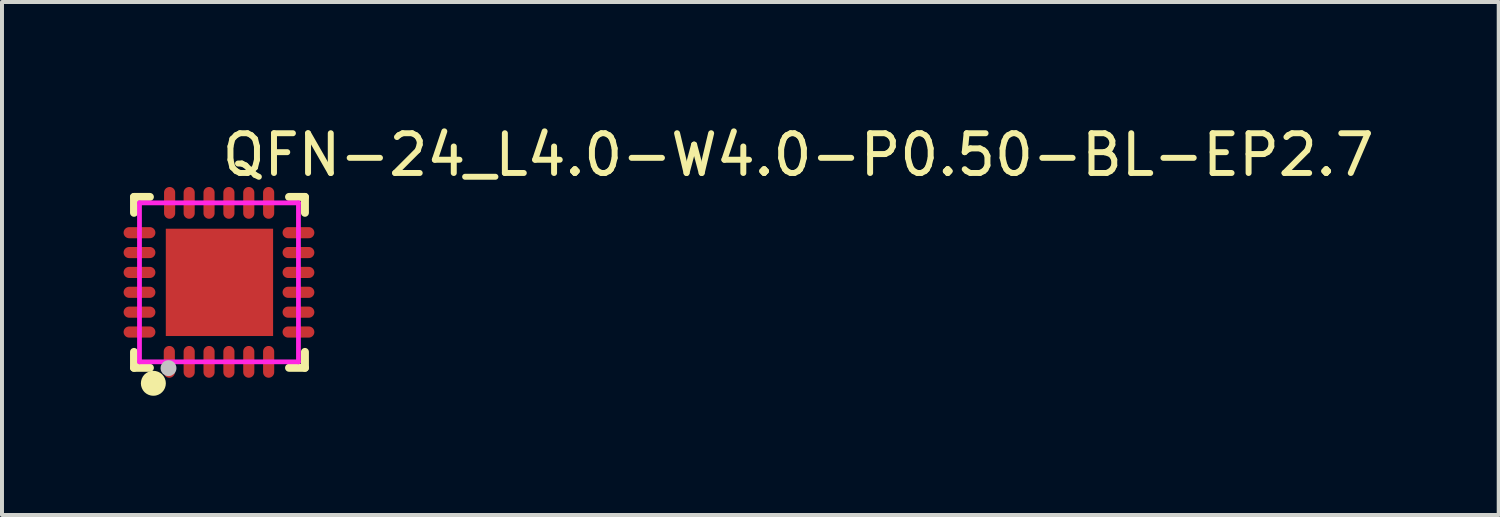
<source format=kicad_pcb>
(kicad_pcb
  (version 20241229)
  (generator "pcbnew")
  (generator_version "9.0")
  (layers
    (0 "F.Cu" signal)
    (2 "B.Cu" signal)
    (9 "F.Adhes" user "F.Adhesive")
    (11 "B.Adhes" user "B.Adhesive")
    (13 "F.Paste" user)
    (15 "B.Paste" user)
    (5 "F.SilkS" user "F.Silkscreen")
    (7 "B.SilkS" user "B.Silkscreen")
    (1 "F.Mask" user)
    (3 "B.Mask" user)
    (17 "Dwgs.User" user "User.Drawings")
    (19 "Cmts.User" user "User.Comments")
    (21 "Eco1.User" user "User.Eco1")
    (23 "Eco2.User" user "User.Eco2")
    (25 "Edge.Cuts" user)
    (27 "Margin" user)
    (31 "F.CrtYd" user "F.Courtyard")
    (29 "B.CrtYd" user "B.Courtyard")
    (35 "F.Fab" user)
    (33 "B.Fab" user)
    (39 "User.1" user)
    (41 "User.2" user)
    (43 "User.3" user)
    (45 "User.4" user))
  (footprint "QFN-24_L4.0-W4.0-P0.50-BL-EP2.7"
    (layer "F.Cu")
    (at 2.46 4.055)
    (property "Reference" "QFN-24_L4.0-W4.0-P0.50-BL-EP2.7" (at 0 -3.207 0) (layer "F.SilkS") (effects (font (size 1 1) (thickness 0.15)) (justify left)))
    (attr through_hole)
    (fp_line (start -2.138 -2.15) (end -1.738 -2.15) (stroke (width 0.2) (type solid)) (layer "F.SilkS"))
    (fp_line (start -2.138 -1.75) (end -2.138 -2.15) (stroke (width 0.2) (type solid)) (layer "F.SilkS"))
    (fp_line (start -2.138 2.15) (end -2.138 1.75) (stroke (width 0.2) (type solid)) (layer "F.SilkS"))
    (fp_line (start -1.738 2.15) (end -2.138 2.15) (stroke (width 0.2) (type solid)) (layer "F.SilkS"))
    (fp_line (start 2.163 -2.15) (end 1.763 -2.15) (stroke (width 0.2) (type solid)) (layer "F.SilkS"))
    (fp_line (start 2.163 -1.75) (end 2.163 -2.15) (stroke (width 0.2) (type solid)) (layer "F.SilkS"))
    (fp_line (start 2.163 1.75) (end 2.163 2.15) (stroke (width 0.2) (type solid)) (layer "F.SilkS"))
    (fp_line (start 2.163 2.15) (end 1.763 2.15) (stroke (width 0.2) (type solid)) (layer "F.SilkS"))
    (fp_poly (pts (xy -1.397 2.539) (xy -1.402 2.489) (xy -1.417 2.442) (xy -1.441 2.398) (xy -1.472 2.36) (xy -1.511 2.328) (xy -1.555 2.305) (xy -1.603 2.291) (xy -1.652 2.286) (xy -1.702 2.291) (xy -1.749 2.306) (xy -1.793 2.33) (xy -1.832 2.361) (xy -1.863 2.4) (xy -1.886 2.444) (xy -1.9 2.492) (xy -1.905 2.541) (xy -1.9 2.591) (xy -1.885 2.638) (xy -1.862 2.682) (xy -1.83 2.721) (xy -1.791 2.752) (xy -1.747 2.775) (xy -1.699 2.789) (xy -1.65 2.794) (xy -1.6 2.789) (xy -1.553 2.774) (xy -1.509 2.751) (xy -1.471 2.719) (xy -1.439 2.68) (xy -1.416 2.636) (xy -1.402 2.588) (xy -1.397 2.541)) (stroke (width 0.12) (type solid)) (fill yes) (layer "F.SilkS"))
    (fp_poly (pts (xy -1.068 -1.08) (xy 1.092 -1.08) (xy 1.092 1.08) (xy -1.068 1.08)) (stroke (width 0.12) (type solid)) (fill yes) (layer "F.Paste"))
    (fp_poly (pts (xy -2.26 -1.11) (xy -2.287 -1.113) (xy -2.314 -1.121) (xy -2.338 -1.134) (xy -2.359 -1.151) (xy -2.376 -1.172) (xy -2.389 -1.196) (xy -2.397 -1.223) (xy -2.4 -1.25) (xy -2.397 -1.277) (xy -2.389 -1.304) (xy -2.376 -1.328) (xy -2.359 -1.349) (xy -2.338 -1.366) (xy -2.314 -1.379) (xy -2.287 -1.387) (xy -2.26 -1.39) (xy -1.74 -1.39) (xy -1.713 -1.387) (xy -1.686 -1.379) (xy -1.662 -1.366) (xy -1.641 -1.349) (xy -1.624 -1.328) (xy -1.611 -1.304) (xy -1.603 -1.277) (xy -1.6 -1.25) (xy -1.603 -1.223) (xy -1.611 -1.196) (xy -1.624 -1.172) (xy -1.641 -1.151) (xy -1.662 -1.134) (xy -1.686 -1.121) (xy -1.713 -1.113) (xy -1.74 -1.11)) (stroke (width 0.12) (type solid)) (fill yes) (layer "F.Paste"))
    (fp_poly (pts (xy -2.26 -0.61) (xy -2.287 -0.613) (xy -2.314 -0.621) (xy -2.338 -0.634) (xy -2.359 -0.651) (xy -2.376 -0.672) (xy -2.389 -0.696) (xy -2.397 -0.723) (xy -2.4 -0.75) (xy -2.397 -0.777) (xy -2.389 -0.804) (xy -2.376 -0.828) (xy -2.359 -0.849) (xy -2.338 -0.866) (xy -2.314 -0.879) (xy -2.287 -0.887) (xy -2.26 -0.89) (xy -1.74 -0.89) (xy -1.713 -0.887) (xy -1.686 -0.879) (xy -1.662 -0.866) (xy -1.641 -0.849) (xy -1.624 -0.828) (xy -1.611 -0.804) (xy -1.603 -0.777) (xy -1.6 -0.75) (xy -1.603 -0.723) (xy -1.611 -0.696) (xy -1.624 -0.672) (xy -1.641 -0.651) (xy -1.662 -0.634) (xy -1.686 -0.621) (xy -1.713 -0.613) (xy -1.74 -0.61)) (stroke (width 0.12) (type solid)) (fill yes) (layer "F.Paste"))
    (fp_poly (pts (xy -2.26 -0.11) (xy -2.287 -0.113) (xy -2.314 -0.121) (xy -2.338 -0.134) (xy -2.359 -0.151) (xy -2.376 -0.172) (xy -2.389 -0.196) (xy -2.397 -0.223) (xy -2.4 -0.25) (xy -2.397 -0.277) (xy -2.389 -0.304) (xy -2.376 -0.328) (xy -2.359 -0.349) (xy -2.338 -0.366) (xy -2.314 -0.379) (xy -2.287 -0.387) (xy -2.26 -0.39) (xy -1.74 -0.39) (xy -1.713 -0.387) (xy -1.686 -0.379) (xy -1.662 -0.366) (xy -1.641 -0.349) (xy -1.624 -0.328) (xy -1.611 -0.304) (xy -1.603 -0.277) (xy -1.6 -0.25) (xy -1.603 -0.223) (xy -1.611 -0.196) (xy -1.624 -0.172) (xy -1.641 -0.151) (xy -1.662 -0.134) (xy -1.686 -0.121) (xy -1.713 -0.113) (xy -1.74 -0.11)) (stroke (width 0.12) (type solid)) (fill yes) (layer "F.Paste"))
    (fp_poly (pts (xy -2.26 0.39) (xy -2.287 0.387) (xy -2.314 0.379) (xy -2.338 0.366) (xy -2.359 0.349) (xy -2.376 0.328) (xy -2.389 0.304) (xy -2.397 0.277) (xy -2.4 0.25) (xy -2.397 0.223) (xy -2.389 0.196) (xy -2.376 0.172) (xy -2.359 0.151) (xy -2.338 0.134) (xy -2.314 0.121) (xy -2.287 0.113) (xy -2.26 0.11) (xy -1.74 0.11) (xy -1.713 0.113) (xy -1.686 0.121) (xy -1.662 0.134) (xy -1.641 0.151) (xy -1.624 0.172) (xy -1.611 0.196) (xy -1.603 0.223) (xy -1.6 0.25) (xy -1.603 0.277) (xy -1.611 0.304) (xy -1.624 0.328) (xy -1.641 0.349) (xy -1.662 0.366) (xy -1.686 0.379) (xy -1.713 0.387) (xy -1.74 0.39)) (stroke (width 0.12) (type solid)) (fill yes) (layer "F.Paste"))
    (fp_poly (pts (xy -2.26 0.89) (xy -2.287 0.887) (xy -2.314 0.879) (xy -2.338 0.866) (xy -2.359 0.849) (xy -2.376 0.828) (xy -2.389 0.804) (xy -2.397 0.777) (xy -2.4 0.75) (xy -2.397 0.723) (xy -2.389 0.696) (xy -2.376 0.672) (xy -2.359 0.651) (xy -2.338 0.634) (xy -2.314 0.621) (xy -2.287 0.613) (xy -2.26 0.61) (xy -1.74 0.61) (xy -1.713 0.613) (xy -1.686 0.621) (xy -1.662 0.634) (xy -1.641 0.651) (xy -1.624 0.672) (xy -1.611 0.696) (xy -1.603 0.723) (xy -1.6 0.75) (xy -1.603 0.777) (xy -1.611 0.804) (xy -1.624 0.828) (xy -1.641 0.849) (xy -1.662 0.866) (xy -1.686 0.879) (xy -1.713 0.887) (xy -1.74 0.89)) (stroke (width 0.12) (type solid)) (fill yes) (layer "F.Paste"))
    (fp_poly (pts (xy -2.26 1.39) (xy -2.287 1.387) (xy -2.314 1.379) (xy -2.338 1.366) (xy -2.359 1.349) (xy -2.376 1.328) (xy -2.389 1.304) (xy -2.397 1.277) (xy -2.4 1.25) (xy -2.397 1.223) (xy -2.389 1.196) (xy -2.376 1.172) (xy -2.359 1.151) (xy -2.338 1.134) (xy -2.314 1.121) (xy -2.287 1.113) (xy -2.26 1.11) (xy -1.74 1.11) (xy -1.713 1.113) (xy -1.686 1.121) (xy -1.662 1.134) (xy -1.641 1.151) (xy -1.624 1.172) (xy -1.611 1.196) (xy -1.603 1.223) (xy -1.6 1.25) (xy -1.603 1.277) (xy -1.611 1.304) (xy -1.624 1.328) (xy -1.641 1.349) (xy -1.662 1.366) (xy -1.686 1.379) (xy -1.713 1.387) (xy -1.74 1.39)) (stroke (width 0.12) (type solid)) (fill yes) (layer "F.Paste"))
    (fp_poly (pts (xy -1.39 1.74) (xy -1.387 1.713) (xy -1.379 1.686) (xy -1.366 1.662) (xy -1.349 1.641) (xy -1.328 1.624) (xy -1.304 1.611) (xy -1.277 1.603) (xy -1.25 1.6) (xy -1.223 1.603) (xy -1.196 1.611) (xy -1.172 1.624) (xy -1.151 1.641) (xy -1.134 1.662) (xy -1.121 1.686) (xy -1.113 1.713) (xy -1.11 1.74) (xy -1.11 2.26) (xy -1.113 2.287) (xy -1.121 2.314) (xy -1.134 2.338) (xy -1.151 2.359) (xy -1.172 2.376) (xy -1.196 2.389) (xy -1.223 2.397) (xy -1.25 2.4) (xy -1.277 2.397) (xy -1.304 2.389) (xy -1.328 2.376) (xy -1.349 2.359) (xy -1.366 2.338) (xy -1.379 2.314) (xy -1.387 2.287) (xy -1.39 2.26)) (stroke (width 0.12) (type solid)) (fill yes) (layer "F.Paste"))
    (fp_poly (pts (xy -1.382 -2.26) (xy -1.379 -2.287) (xy -1.371 -2.314) (xy -1.358 -2.338) (xy -1.341 -2.359) (xy -1.32 -2.376) (xy -1.296 -2.389) (xy -1.269 -2.397) (xy -1.242 -2.4) (xy -1.215 -2.397) (xy -1.188 -2.389) (xy -1.164 -2.376) (xy -1.143 -2.359) (xy -1.126 -2.338) (xy -1.113 -2.314) (xy -1.105 -2.287) (xy -1.102 -2.26) (xy -1.102 -1.74) (xy -1.105 -1.713) (xy -1.113 -1.686) (xy -1.126 -1.662) (xy -1.143 -1.641) (xy -1.164 -1.624) (xy -1.188 -1.611) (xy -1.215 -1.603) (xy -1.242 -1.6) (xy -1.269 -1.603) (xy -1.296 -1.611) (xy -1.32 -1.624) (xy -1.341 -1.641) (xy -1.358 -1.662) (xy -1.371 -1.686) (xy -1.379 -1.713) (xy -1.382 -1.74)) (stroke (width 0.12) (type solid)) (fill yes) (layer "F.Paste"))
    (fp_poly (pts (xy -0.89 -2.26) (xy -0.887 -2.287) (xy -0.879 -2.314) (xy -0.866 -2.338) (xy -0.849 -2.359) (xy -0.828 -2.376) (xy -0.804 -2.389) (xy -0.777 -2.397) (xy -0.75 -2.4) (xy -0.723 -2.397) (xy -0.696 -2.389) (xy -0.672 -2.376) (xy -0.651 -2.359) (xy -0.634 -2.338) (xy -0.621 -2.314) (xy -0.613 -2.287) (xy -0.61 -2.26) (xy -0.61 -1.74) (xy -0.613 -1.713) (xy -0.621 -1.686) (xy -0.634 -1.662) (xy -0.651 -1.641) (xy -0.672 -1.624) (xy -0.696 -1.611) (xy -0.723 -1.603) (xy -0.75 -1.6) (xy -0.777 -1.603) (xy -0.804 -1.611) (xy -0.828 -1.624) (xy -0.849 -1.641) (xy -0.866 -1.662) (xy -0.879 -1.686) (xy -0.887 -1.713) (xy -0.89 -1.74)) (stroke (width 0.12) (type solid)) (fill yes) (layer "F.Paste"))
    (fp_poly (pts (xy -0.89 1.74) (xy -0.887 1.713) (xy -0.879 1.686) (xy -0.866 1.662) (xy -0.849 1.641) (xy -0.828 1.624) (xy -0.804 1.611) (xy -0.777 1.603) (xy -0.75 1.6) (xy -0.723 1.603) (xy -0.696 1.611) (xy -0.672 1.624) (xy -0.651 1.641) (xy -0.634 1.662) (xy -0.621 1.686) (xy -0.613 1.713) (xy -0.61 1.74) (xy -0.61 2.26) (xy -0.613 2.287) (xy -0.621 2.314) (xy -0.634 2.338) (xy -0.651 2.359) (xy -0.672 2.376) (xy -0.696 2.389) (xy -0.723 2.397) (xy -0.75 2.4) (xy -0.777 2.397) (xy -0.804 2.389) (xy -0.828 2.376) (xy -0.849 2.359) (xy -0.866 2.338) (xy -0.879 2.314) (xy -0.887 2.287) (xy -0.89 2.26)) (stroke (width 0.12) (type solid)) (fill yes) (layer "F.Paste"))
    (fp_poly (pts (xy -0.39 -2.26) (xy -0.387 -2.287) (xy -0.379 -2.314) (xy -0.366 -2.338) (xy -0.349 -2.359) (xy -0.328 -2.376) (xy -0.304 -2.389) (xy -0.277 -2.397) (xy -0.25 -2.4) (xy -0.223 -2.397) (xy -0.196 -2.389) (xy -0.172 -2.376) (xy -0.151 -2.359) (xy -0.134 -2.338) (xy -0.121 -2.314) (xy -0.113 -2.287) (xy -0.11 -2.26) (xy -0.11 -1.74) (xy -0.113 -1.713) (xy -0.121 -1.686) (xy -0.134 -1.662) (xy -0.151 -1.641) (xy -0.172 -1.624) (xy -0.196 -1.611) (xy -0.223 -1.603) (xy -0.25 -1.6) (xy -0.277 -1.603) (xy -0.304 -1.611) (xy -0.328 -1.624) (xy -0.349 -1.641) (xy -0.366 -1.662) (xy -0.379 -1.686) (xy -0.387 -1.713) (xy -0.39 -1.74)) (stroke (width 0.12) (type solid)) (fill yes) (layer "F.Paste"))
    (fp_poly (pts (xy -0.39 1.74) (xy -0.387 1.713) (xy -0.379 1.686) (xy -0.366 1.662) (xy -0.349 1.641) (xy -0.328 1.624) (xy -0.304 1.611) (xy -0.277 1.603) (xy -0.25 1.6) (xy -0.223 1.603) (xy -0.196 1.611) (xy -0.172 1.624) (xy -0.151 1.641) (xy -0.134 1.662) (xy -0.121 1.686) (xy -0.113 1.713) (xy -0.11 1.74) (xy -0.11 2.26) (xy -0.113 2.287) (xy -0.121 2.314) (xy -0.134 2.338) (xy -0.151 2.359) (xy -0.172 2.376) (xy -0.196 2.389) (xy -0.223 2.397) (xy -0.25 2.4) (xy -0.277 2.397) (xy -0.304 2.389) (xy -0.328 2.376) (xy -0.349 2.359) (xy -0.366 2.338) (xy -0.379 2.314) (xy -0.387 2.287) (xy -0.39 2.26)) (stroke (width 0.12) (type solid)) (fill yes) (layer "F.Paste"))
    (fp_poly (pts (xy 0.11 -2.26) (xy 0.113 -2.287) (xy 0.121 -2.314) (xy 0.134 -2.338) (xy 0.151 -2.359) (xy 0.172 -2.376) (xy 0.196 -2.389) (xy 0.223 -2.397) (xy 0.25 -2.4) (xy 0.277 -2.397) (xy 0.304 -2.389) (xy 0.328 -2.376) (xy 0.349 -2.359) (xy 0.366 -2.338) (xy 0.379 -2.314) (xy 0.387 -2.287) (xy 0.39 -2.26) (xy 0.39 -1.74) (xy 0.387 -1.713) (xy 0.379 -1.686) (xy 0.366 -1.662) (xy 0.349 -1.641) (xy 0.328 -1.624) (xy 0.304 -1.611) (xy 0.277 -1.603) (xy 0.25 -1.6) (xy 0.223 -1.603) (xy 0.196 -1.611) (xy 0.172 -1.624) (xy 0.151 -1.641) (xy 0.134 -1.662) (xy 0.121 -1.686) (xy 0.113 -1.713) (xy 0.11 -1.74)) (stroke (width 0.12) (type solid)) (fill yes) (layer "F.Paste"))
    (fp_poly (pts (xy 0.11 1.74) (xy 0.113 1.713) (xy 0.121 1.686) (xy 0.134 1.662) (xy 0.151 1.641) (xy 0.172 1.624) (xy 0.196 1.611) (xy 0.223 1.603) (xy 0.25 1.6) (xy 0.277 1.603) (xy 0.304 1.611) (xy 0.328 1.624) (xy 0.349 1.641) (xy 0.366 1.662) (xy 0.379 1.686) (xy 0.387 1.713) (xy 0.39 1.74) (xy 0.39 2.26) (xy 0.387 2.287) (xy 0.379 2.314) (xy 0.366 2.338) (xy 0.349 2.359) (xy 0.328 2.376) (xy 0.304 2.389) (xy 0.277 2.397) (xy 0.25 2.4) (xy 0.223 2.397) (xy 0.196 2.389) (xy 0.172 2.376) (xy 0.151 2.359) (xy 0.134 2.338) (xy 0.121 2.314) (xy 0.113 2.287) (xy 0.11 2.26)) (stroke (width 0.12) (type solid)) (fill yes) (layer "F.Paste"))
    (fp_poly (pts (xy 0.61 -2.26) (xy 0.613 -2.287) (xy 0.621 -2.314) (xy 0.634 -2.338) (xy 0.651 -2.359) (xy 0.672 -2.376) (xy 0.696 -2.389) (xy 0.723 -2.397) (xy 0.75 -2.4) (xy 0.777 -2.397) (xy 0.804 -2.389) (xy 0.828 -2.376) (xy 0.849 -2.359) (xy 0.866 -2.338) (xy 0.879 -2.314) (xy 0.887 -2.287) (xy 0.89 -2.26) (xy 0.89 -1.74) (xy 0.887 -1.713) (xy 0.879 -1.686) (xy 0.866 -1.662) (xy 0.849 -1.641) (xy 0.828 -1.624) (xy 0.804 -1.611) (xy 0.777 -1.603) (xy 0.75 -1.6) (xy 0.723 -1.603) (xy 0.696 -1.611) (xy 0.672 -1.624) (xy 0.651 -1.641) (xy 0.634 -1.662) (xy 0.621 -1.686) (xy 0.613 -1.713) (xy 0.61 -1.74)) (stroke (width 0.12) (type solid)) (fill yes) (layer "F.Paste"))
    (fp_poly (pts (xy 0.61 1.74) (xy 0.613 1.713) (xy 0.621 1.686) (xy 0.634 1.662) (xy 0.651 1.641) (xy 0.672 1.624) (xy 0.696 1.611) (xy 0.723 1.603) (xy 0.75 1.6) (xy 0.777 1.603) (xy 0.804 1.611) (xy 0.828 1.624) (xy 0.849 1.641) (xy 0.866 1.662) (xy 0.879 1.686) (xy 0.887 1.713) (xy 0.89 1.74) (xy 0.89 2.26) (xy 0.887 2.287) (xy 0.879 2.314) (xy 0.866 2.338) (xy 0.849 2.359) (xy 0.828 2.376) (xy 0.804 2.389) (xy 0.777 2.397) (xy 0.75 2.4) (xy 0.723 2.397) (xy 0.696 2.389) (xy 0.672 2.376) (xy 0.651 2.359) (xy 0.634 2.338) (xy 0.621 2.314) (xy 0.613 2.287) (xy 0.61 2.26)) (stroke (width 0.12) (type solid)) (fill yes) (layer "F.Paste"))
    (fp_poly (pts (xy 1.11 -2.26) (xy 1.113 -2.287) (xy 1.121 -2.314) (xy 1.134 -2.338) (xy 1.151 -2.359) (xy 1.172 -2.376) (xy 1.196 -2.389) (xy 1.223 -2.397) (xy 1.25 -2.4) (xy 1.277 -2.397) (xy 1.304 -2.389) (xy 1.328 -2.376) (xy 1.349 -2.359) (xy 1.366 -2.338) (xy 1.379 -2.314) (xy 1.387 -2.287) (xy 1.39 -2.26) (xy 1.39 -1.74) (xy 1.387 -1.713) (xy 1.379 -1.686) (xy 1.366 -1.662) (xy 1.349 -1.641) (xy 1.328 -1.624) (xy 1.304 -1.611) (xy 1.277 -1.603) (xy 1.25 -1.6) (xy 1.223 -1.603) (xy 1.196 -1.611) (xy 1.172 -1.624) (xy 1.151 -1.641) (xy 1.134 -1.662) (xy 1.121 -1.686) (xy 1.113 -1.713) (xy 1.11 -1.74)) (stroke (width 0.12) (type solid)) (fill yes) (layer "F.Paste"))
    (fp_poly (pts (xy 1.11 1.74) (xy 1.113 1.713) (xy 1.121 1.686) (xy 1.134 1.662) (xy 1.151 1.641) (xy 1.172 1.624) (xy 1.196 1.611) (xy 1.223 1.603) (xy 1.25 1.6) (xy 1.277 1.603) (xy 1.304 1.611) (xy 1.328 1.624) (xy 1.349 1.641) (xy 1.366 1.662) (xy 1.379 1.686) (xy 1.387 1.713) (xy 1.39 1.74) (xy 1.39 2.26) (xy 1.387 2.287) (xy 1.379 2.314) (xy 1.366 2.338) (xy 1.349 2.359) (xy 1.328 2.376) (xy 1.304 2.389) (xy 1.277 2.397) (xy 1.25 2.4) (xy 1.223 2.397) (xy 1.196 2.389) (xy 1.172 2.376) (xy 1.151 2.359) (xy 1.134 2.338) (xy 1.121 2.314) (xy 1.113 2.287) (xy 1.11 2.26)) (stroke (width 0.12) (type solid)) (fill yes) (layer "F.Paste"))
    (fp_poly (pts (xy 1.74 -1.11) (xy 1.713 -1.113) (xy 1.686 -1.121) (xy 1.662 -1.134) (xy 1.641 -1.151) (xy 1.624 -1.172) (xy 1.611 -1.196) (xy 1.603 -1.223) (xy 1.6 -1.25) (xy 1.603 -1.277) (xy 1.611 -1.304) (xy 1.624 -1.328) (xy 1.641 -1.349) (xy 1.662 -1.366) (xy 1.686 -1.379) (xy 1.713 -1.387) (xy 1.74 -1.39) (xy 2.26 -1.39) (xy 2.287 -1.387) (xy 2.314 -1.379) (xy 2.338 -1.366) (xy 2.359 -1.349) (xy 2.376 -1.328) (xy 2.389 -1.304) (xy 2.397 -1.277) (xy 2.4 -1.25) (xy 2.397 -1.223) (xy 2.389 -1.196) (xy 2.376 -1.172) (xy 2.359 -1.151) (xy 2.338 -1.134) (xy 2.314 -1.121) (xy 2.287 -1.113) (xy 2.26 -1.11)) (stroke (width 0.12) (type solid)) (fill yes) (layer "F.Paste"))
    (fp_poly (pts (xy 1.74 -0.61) (xy 1.713 -0.613) (xy 1.686 -0.621) (xy 1.662 -0.634) (xy 1.641 -0.651) (xy 1.624 -0.672) (xy 1.611 -0.696) (xy 1.603 -0.723) (xy 1.6 -0.75) (xy 1.603 -0.777) (xy 1.611 -0.804) (xy 1.624 -0.828) (xy 1.641 -0.849) (xy 1.662 -0.866) (xy 1.686 -0.879) (xy 1.713 -0.887) (xy 1.74 -0.89) (xy 2.26 -0.89) (xy 2.287 -0.887) (xy 2.314 -0.879) (xy 2.338 -0.866) (xy 2.359 -0.849) (xy 2.376 -0.828) (xy 2.389 -0.804) (xy 2.397 -0.777) (xy 2.4 -0.75) (xy 2.397 -0.723) (xy 2.389 -0.696) (xy 2.376 -0.672) (xy 2.359 -0.651) (xy 2.338 -0.634) (xy 2.314 -0.621) (xy 2.287 -0.613) (xy 2.26 -0.61)) (stroke (width 0.12) (type solid)) (fill yes) (layer "F.Paste"))
    (fp_poly (pts (xy 1.74 -0.11) (xy 1.713 -0.113) (xy 1.686 -0.121) (xy 1.662 -0.134) (xy 1.641 -0.151) (xy 1.624 -0.172) (xy 1.611 -0.196) (xy 1.603 -0.223) (xy 1.6 -0.25) (xy 1.603 -0.277) (xy 1.611 -0.304) (xy 1.624 -0.328) (xy 1.641 -0.349) (xy 1.662 -0.366) (xy 1.686 -0.379) (xy 1.713 -0.387) (xy 1.74 -0.39) (xy 2.26 -0.39) (xy 2.287 -0.387) (xy 2.314 -0.379) (xy 2.338 -0.366) (xy 2.359 -0.349) (xy 2.376 -0.328) (xy 2.389 -0.304) (xy 2.397 -0.277) (xy 2.4 -0.25) (xy 2.397 -0.223) (xy 2.389 -0.196) (xy 2.376 -0.172) (xy 2.359 -0.151) (xy 2.338 -0.134) (xy 2.314 -0.121) (xy 2.287 -0.113) (xy 2.26 -0.11)) (stroke (width 0.12) (type solid)) (fill yes) (layer "F.Paste"))
    (fp_poly (pts (xy 1.74 0.39) (xy 1.713 0.387) (xy 1.686 0.379) (xy 1.662 0.366) (xy 1.641 0.349) (xy 1.624 0.328) (xy 1.611 0.304) (xy 1.603 0.277) (xy 1.6 0.25) (xy 1.603 0.223) (xy 1.611 0.196) (xy 1.624 0.172) (xy 1.641 0.151) (xy 1.662 0.134) (xy 1.686 0.121) (xy 1.713 0.113) (xy 1.74 0.11) (xy 2.26 0.11) (xy 2.287 0.113) (xy 2.314 0.121) (xy 2.338 0.134) (xy 2.359 0.151) (xy 2.376 0.172) (xy 2.389 0.196) (xy 2.397 0.223) (xy 2.4 0.25) (xy 2.397 0.277) (xy 2.389 0.304) (xy 2.376 0.328) (xy 2.359 0.349) (xy 2.338 0.366) (xy 2.314 0.379) (xy 2.287 0.387) (xy 2.26 0.39)) (stroke (width 0.12) (type solid)) (fill yes) (layer "F.Paste"))
    (fp_poly (pts (xy 1.74 0.89) (xy 1.713 0.887) (xy 1.686 0.879) (xy 1.662 0.866) (xy 1.641 0.849) (xy 1.624 0.828) (xy 1.611 0.804) (xy 1.603 0.777) (xy 1.6 0.75) (xy 1.603 0.723) (xy 1.611 0.696) (xy 1.624 0.672) (xy 1.641 0.651) (xy 1.662 0.634) (xy 1.686 0.621) (xy 1.713 0.613) (xy 1.74 0.61) (xy 2.26 0.61) (xy 2.287 0.613) (xy 2.314 0.621) (xy 2.338 0.634) (xy 2.359 0.651) (xy 2.376 0.672) (xy 2.389 0.696) (xy 2.397 0.723) (xy 2.4 0.75) (xy 2.397 0.777) (xy 2.389 0.804) (xy 2.376 0.828) (xy 2.359 0.849) (xy 2.338 0.866) (xy 2.314 0.879) (xy 2.287 0.887) (xy 2.26 0.89)) (stroke (width 0.12) (type solid)) (fill yes) (layer "F.Paste"))
    (fp_poly (pts (xy 1.74 1.39) (xy 1.713 1.387) (xy 1.686 1.379) (xy 1.662 1.366) (xy 1.641 1.349) (xy 1.624 1.328) (xy 1.611 1.304) (xy 1.603 1.277) (xy 1.6 1.25) (xy 1.603 1.223) (xy 1.611 1.196) (xy 1.624 1.172) (xy 1.641 1.151) (xy 1.662 1.134) (xy 1.686 1.121) (xy 1.713 1.113) (xy 1.74 1.11) (xy 2.26 1.11) (xy 2.287 1.113) (xy 2.314 1.121) (xy 2.338 1.134) (xy 2.359 1.151) (xy 2.376 1.172) (xy 2.389 1.196) (xy 2.397 1.223) (xy 2.4 1.25) (xy 2.397 1.277) (xy 2.389 1.304) (xy 2.376 1.328) (xy 2.359 1.349) (xy 2.338 1.366) (xy 2.314 1.379) (xy 2.287 1.387) (xy 2.26 1.39)) (stroke (width 0.12) (type solid)) (fill yes) (layer "F.Paste"))
    (fp_circle (center -1.27 2.159) (end -1.17 2.159) (stroke (width 0.2) (type solid)) (fill no) (layer "Dwgs.User"))
    (fp_circle (center -2 2) (end -1.97 2) (stroke (width 0.06) (type solid)) (fill no) (layer "Eco2.User"))
    (fp_poly (pts (xy -2 -1.125) (xy -2 -1.375) (xy -1.6 -1.375) (xy -1.6 -1.125)) (stroke (width 0.12) (type solid)) (fill no) (layer "Eco2.User"))
    (fp_poly (pts (xy -2 -0.625) (xy -2 -0.875) (xy -1.6 -0.875) (xy -1.6 -0.625)) (stroke (width 0.12) (type solid)) (fill no) (layer "Eco2.User"))
    (fp_poly (pts (xy -2 -0.125) (xy -2 -0.375) (xy -1.6 -0.375) (xy -1.6 -0.125)) (stroke (width 0.12) (type solid)) (fill no) (layer "Eco2.User"))
    (fp_poly (pts (xy -2 0.375) (xy -2 0.125) (xy -1.6 0.125) (xy -1.6 0.375)) (stroke (width 0.12) (type solid)) (fill no) (layer "Eco2.User"))
    (fp_poly (pts (xy -2 0.875) (xy -2 0.625) (xy -1.6 0.625) (xy -1.6 0.875)) (stroke (width 0.12) (type solid)) (fill no) (layer "Eco2.User"))
    (fp_poly (pts (xy -2 1.375) (xy -2 1.125) (xy -1.6 1.125) (xy -1.6 1.375)) (stroke (width 0.12) (type solid)) (fill no) (layer "Eco2.User"))
    (fp_poly (pts (xy -1.375 2) (xy -1.375 1.6) (xy -1.125 1.6) (xy -1.125 2)) (stroke (width 0.12) (type solid)) (fill no) (layer "Eco2.User"))
    (fp_poly (pts (xy -1.367 -1.6) (xy -1.367 -2) (xy -1.117 -2) (xy -1.117 -1.6)) (stroke (width 0.12) (type solid)) (fill no) (layer "Eco2.User"))
    (fp_poly (pts (xy -0.875 -1.6) (xy -0.875 -2) (xy -0.625 -2) (xy -0.625 -1.6)) (stroke (width 0.12) (type solid)) (fill no) (layer "Eco2.User"))
    (fp_poly (pts (xy -0.875 2) (xy -0.875 1.6) (xy -0.625 1.6) (xy -0.625 2)) (stroke (width 0.12) (type solid)) (fill no) (layer "Eco2.User"))
    (fp_poly (pts (xy -0.375 -1.6) (xy -0.375 -2) (xy -0.125 -2) (xy -0.125 -1.6)) (stroke (width 0.12) (type solid)) (fill no) (layer "Eco2.User"))
    (fp_poly (pts (xy -0.375 2) (xy -0.375 1.6) (xy -0.125 1.6) (xy -0.125 2)) (stroke (width 0.12) (type solid)) (fill no) (layer "Eco2.User"))
    (fp_poly (pts (xy 0.125 -1.6) (xy 0.125 -2) (xy 0.375 -2) (xy 0.375 -1.6)) (stroke (width 0.12) (type solid)) (fill no) (layer "Eco2.User"))
    (fp_poly (pts (xy 0.125 2) (xy 0.125 1.6) (xy 0.375 1.6) (xy 0.375 2)) (stroke (width 0.12) (type solid)) (fill no) (layer "Eco2.User"))
    (fp_poly (pts (xy 0.625 -1.6) (xy 0.625 -2) (xy 0.875 -2) (xy 0.875 -1.6)) (stroke (width 0.12) (type solid)) (fill no) (layer "Eco2.User"))
    (fp_poly (pts (xy 0.625 2) (xy 0.625 1.6) (xy 0.875 1.6) (xy 0.875 2)) (stroke (width 0.12) (type solid)) (fill no) (layer "Eco2.User"))
    (fp_poly (pts (xy 1.125 -1.6) (xy 1.125 -2) (xy 1.375 -2) (xy 1.375 -1.6)) (stroke (width 0.12) (type solid)) (fill no) (layer "Eco2.User"))
    (fp_poly (pts (xy 1.125 2) (xy 1.125 1.6) (xy 1.375 1.6) (xy 1.375 2)) (stroke (width 0.12) (type solid)) (fill no) (layer "Eco2.User"))
    (fp_poly (pts (xy 1.6 -1.125) (xy 1.6 -1.375) (xy 2 -1.375) (xy 2 -1.125)) (stroke (width 0.12) (type solid)) (fill no) (layer "Eco2.User"))
    (fp_poly (pts (xy 1.6 -0.625) (xy 1.6 -0.875) (xy 2 -0.875) (xy 2 -0.625)) (stroke (width 0.12) (type solid)) (fill no) (layer "Eco2.User"))
    (fp_poly (pts (xy 1.6 -0.125) (xy 1.6 -0.375) (xy 2 -0.375) (xy 2 -0.125)) (stroke (width 0.12) (type solid)) (fill no) (layer "Eco2.User"))
    (fp_poly (pts (xy 1.6 0.375) (xy 1.6 0.125) (xy 2 0.125) (xy 2 0.375)) (stroke (width 0.12) (type solid)) (fill no) (layer "Eco2.User"))
    (fp_poly (pts (xy 1.6 0.875) (xy 1.6 0.625) (xy 2 0.625) (xy 2 0.875)) (stroke (width 0.12) (type solid)) (fill no) (layer "Eco2.User"))
    (fp_poly (pts (xy 1.6 1.375) (xy 1.6 1.125) (xy 2 1.125) (xy 2 1.375)) (stroke (width 0.12) (type solid)) (fill no) (layer "Eco2.User"))
    (fp_poly (pts (xy -1.35 1.05) (xy -1.35 -1.35) (xy 1.35 -1.35) (xy 1.35 1.35) (xy -1.05 1.35)) (stroke (width 0.12) (type solid)) (fill no) (layer "Eco2.User"))
    (fp_line (start -2 -2) (end 2 -2) (stroke (width 0.12) (type solid)) (layer "F.CrtYd"))
    (fp_line (start -2 2) (end -2 -2) (stroke (width 0.12) (type solid)) (layer "F.CrtYd"))
    (fp_line (start 2 -2) (end 2 2) (stroke (width 0.12) (type solid)) (layer "F.CrtYd"))
    (fp_line (start 2 2) (end -2 2) (stroke (width 0.12) (type solid)) (layer "F.CrtYd"))
    (pad "1" smd oval (at -1.25 2) (size 0.28 0.8) (layers "F.Cu" "F.Mask" "F.Paste"))
    (pad "2" smd oval (at -0.75 2) (size 0.28 0.8) (layers "F.Cu" "F.Mask" "F.Paste"))
    (pad "3" smd oval (at -0.25 2) (size 0.28 0.8) (layers "F.Cu" "F.Mask" "F.Paste"))
    (pad "4" smd oval (at 0.25 2) (size 0.28 0.8) (layers "F.Cu" "F.Mask" "F.Paste"))
    (pad "5" smd oval (at 0.75 2) (size 0.28 0.8) (layers "F.Cu" "F.Mask" "F.Paste"))
    (pad "6" smd oval (at 1.25 2) (size 0.28 0.8) (layers "F.Cu" "F.Mask" "F.Paste"))
    (pad "7" smd oval (at 2 1.25) (size 0.8 0.28) (layers "F.Cu" "F.Mask" "F.Paste"))
    (pad "8" smd oval (at 2 0.75) (size 0.8 0.28) (layers "F.Cu" "F.Mask" "F.Paste"))
    (pad "9" smd oval (at 2 0.25) (size 0.8 0.28) (layers "F.Cu" "F.Mask" "F.Paste"))
    (pad "10" smd oval (at 2 -0.25) (size 0.8 0.28) (layers "F.Cu" "F.Mask" "F.Paste"))
    (pad "11" smd oval (at 2 -0.75) (size 0.8 0.28) (layers "F.Cu" "F.Mask" "F.Paste"))
    (pad "12" smd oval (at 2 -1.25) (size 0.8 0.28) (layers "F.Cu" "F.Mask" "F.Paste"))
    (pad "13" smd oval (at 1.25 -2) (size 0.28 0.8) (layers "F.Cu" "F.Mask" "F.Paste"))
    (pad "14" smd oval (at 0.75 -2) (size 0.28 0.8) (layers "F.Cu" "F.Mask" "F.Paste"))
    (pad "15" smd oval (at 0.25 -2) (size 0.28 0.8) (layers "F.Cu" "F.Mask" "F.Paste"))
    (pad "16" smd oval (at -0.25 -2) (size 0.28 0.8) (layers "F.Cu" "F.Mask" "F.Paste"))
    (pad "17" smd oval (at -0.75 -2) (size 0.28 0.8) (layers "F.Cu" "F.Mask" "F.Paste"))
    (pad "18" smd oval (at -1.242 -2) (size 0.28 0.8) (layers "F.Cu" "F.Mask" "F.Paste"))
    (pad "19" smd oval (at -2 -1.25) (size 0.8 0.28) (layers "F.Cu" "F.Mask" "F.Paste"))
    (pad "20" smd oval (at -2 -0.75) (size 0.8 0.28) (layers "F.Cu" "F.Mask" "F.Paste"))
    (pad "21" smd oval (at -2 -0.25) (size 0.8 0.28) (layers "F.Cu" "F.Mask" "F.Paste"))
    (pad "22" smd oval (at -2 0.25) (size 0.8 0.28) (layers "F.Cu" "F.Mask" "F.Paste"))
    (pad "23" smd oval (at -2 0.75) (size 0.8 0.28) (layers "F.Cu" "F.Mask" "F.Paste"))
    (pad "24" smd oval (at -2 1.25) (size 0.8 0.28) (layers "F.Cu" "F.Mask" "F.Paste"))
    (pad "25" smd rect (at 0.012 0) (size 2.7 2.7) (layers "F.Cu" "F.Mask" "F.Paste")))
  (gr_rect
    (start -3 -3)
    (end 34.662 9.909)
    (stroke (width 0.1) (type default))
    (fill no)
    (layer "Edge.Cuts")))
</source>
